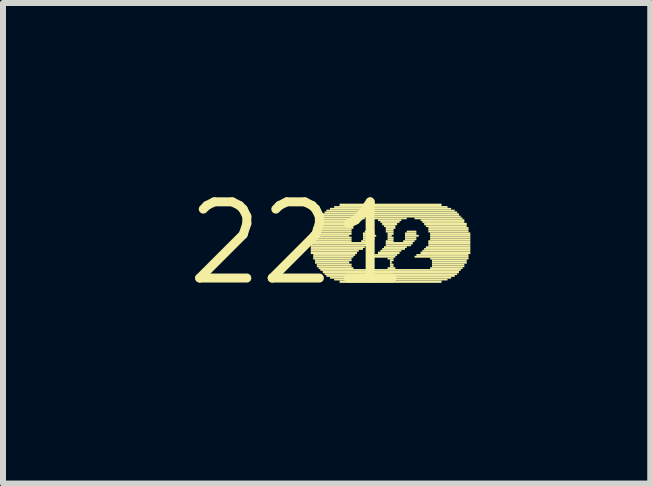
<source format=kicad_pcb>
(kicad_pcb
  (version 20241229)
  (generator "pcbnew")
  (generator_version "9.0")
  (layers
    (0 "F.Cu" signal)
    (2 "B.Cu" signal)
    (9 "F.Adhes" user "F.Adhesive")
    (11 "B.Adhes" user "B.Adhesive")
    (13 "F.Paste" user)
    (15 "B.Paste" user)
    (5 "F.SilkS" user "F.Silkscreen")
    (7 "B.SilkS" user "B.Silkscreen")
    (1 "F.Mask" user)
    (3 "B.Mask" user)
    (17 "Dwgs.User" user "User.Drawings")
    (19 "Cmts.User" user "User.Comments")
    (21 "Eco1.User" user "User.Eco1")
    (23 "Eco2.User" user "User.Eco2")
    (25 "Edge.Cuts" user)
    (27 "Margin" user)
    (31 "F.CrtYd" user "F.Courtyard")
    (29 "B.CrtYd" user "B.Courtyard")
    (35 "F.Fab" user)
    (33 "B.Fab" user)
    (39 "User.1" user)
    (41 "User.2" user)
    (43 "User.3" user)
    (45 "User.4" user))
  (footprint "221"
    (layer "F.Cu")
    (at 1.912 1.006)
    (property "Reference" "221" (at 0 0 0) (layer "F.SilkS") (effects (font (size 1.27 1.27) (thickness 0.15))))
    (fp_poly (pts (xy 0.22 -0.14) (xy 0.9 -0.14) (xy 0.9 -0.18) (xy 0.22 -0.18)) (stroke (width 0) (type solid)) (fill yes) (layer "F.SilkS"))
    (fp_poly (pts (xy 0.22 -0.11) (xy 0.86 -0.11) (xy 0.86 -0.14) (xy 0.22 -0.14)) (stroke (width 0) (type solid)) (fill yes) (layer "F.SilkS"))
    (fp_poly (pts (xy 0.22 -0.08) (xy 0.9 -0.08) (xy 0.9 -0.11) (xy 0.22 -0.11)) (stroke (width 0) (type solid)) (fill yes) (layer "F.SilkS"))
    (fp_poly (pts (xy 0.22 -0.05) (xy 0.9 -0.05) (xy 0.9 -0.08) (xy 0.22 -0.08)) (stroke (width 0) (type solid)) (fill yes) (layer "F.SilkS"))
    (fp_poly (pts (xy 0.22 -0.02) (xy 0.9 -0.02) (xy 0.9 -0.05) (xy 0.22 -0.05)) (stroke (width 0) (type solid)) (fill yes) (layer "F.SilkS"))
    (fp_poly (pts (xy 0.22 0.02) (xy 1.22 0.02) (xy 1.22 -0.02) (xy 0.22 -0.02)) (stroke (width 0) (type solid)) (fill yes) (layer "F.SilkS"))
    (fp_poly (pts (xy 0.22 0.05) (xy 1.18 0.05) (xy 1.18 0.02) (xy 0.22 0.02)) (stroke (width 0) (type solid)) (fill yes) (layer "F.SilkS"))
    (fp_poly (pts (xy 0.22 0.08) (xy 1.12 0.08) (xy 1.12 0.05) (xy 0.22 0.05)) (stroke (width 0) (type solid)) (fill yes) (layer "F.SilkS"))
    (fp_poly (pts (xy 0.22 0.11) (xy 1.09 0.11) (xy 1.09 0.08) (xy 0.22 0.08)) (stroke (width 0) (type solid)) (fill yes) (layer "F.SilkS"))
    (fp_poly (pts (xy 0.22 0.14) (xy 1.02 0.14) (xy 1.02 0.11) (xy 0.22 0.11)) (stroke (width 0) (type solid)) (fill yes) (layer "F.SilkS"))
    (fp_poly (pts (xy 0.22 0.18) (xy 0.99 0.18) (xy 0.99 0.14) (xy 0.22 0.14)) (stroke (width 0) (type solid)) (fill yes) (layer "F.SilkS"))
    (fp_poly (pts (xy 0.26 -0.24) (xy 0.93 -0.24) (xy 0.93 -0.27) (xy 0.26 -0.27)) (stroke (width 0) (type solid)) (fill yes) (layer "F.SilkS"))
    (fp_poly (pts (xy 0.26 -0.21) (xy 0.9 -0.21) (xy 0.9 -0.24) (xy 0.26 -0.24)) (stroke (width 0) (type solid)) (fill yes) (layer "F.SilkS"))
    (fp_poly (pts (xy 0.26 -0.18) (xy 0.9 -0.18) (xy 0.9 -0.21) (xy 0.26 -0.21)) (stroke (width 0) (type solid)) (fill yes) (layer "F.SilkS"))
    (fp_poly (pts (xy 0.26 0.21) (xy 0.96 0.21) (xy 0.96 0.18) (xy 0.26 0.18)) (stroke (width 0) (type solid)) (fill yes) (layer "F.SilkS"))
    (fp_poly (pts (xy 0.26 0.24) (xy 0.93 0.24) (xy 0.93 0.21) (xy 0.26 0.21)) (stroke (width 0) (type solid)) (fill yes) (layer "F.SilkS"))
    (fp_poly (pts (xy 0.26 0.27) (xy 0.9 0.27) (xy 0.9 0.24) (xy 0.26 0.24)) (stroke (width 0) (type solid)) (fill yes) (layer "F.SilkS"))
    (fp_poly (pts (xy 0.29 -0.3) (xy 0.96 -0.3) (xy 0.96 -0.34) (xy 0.29 -0.34)) (stroke (width 0) (type solid)) (fill yes) (layer "F.SilkS"))
    (fp_poly (pts (xy 0.29 -0.27) (xy 0.93 -0.27) (xy 0.93 -0.3) (xy 0.29 -0.3)) (stroke (width 0) (type solid)) (fill yes) (layer "F.SilkS"))
    (fp_poly (pts (xy 0.29 0.3) (xy 0.9 0.3) (xy 0.9 0.27) (xy 0.29 0.27)) (stroke (width 0) (type solid)) (fill yes) (layer "F.SilkS"))
    (fp_poly (pts (xy 0.29 0.34) (xy 0.86 0.34) (xy 0.86 0.3) (xy 0.29 0.3)) (stroke (width 0) (type solid)) (fill yes) (layer "F.SilkS"))
    (fp_poly (pts (xy 0.32 -0.37) (xy 1.02 -0.37) (xy 1.02 -0.4) (xy 0.32 -0.4)) (stroke (width 0) (type solid)) (fill yes) (layer "F.SilkS"))
    (fp_poly (pts (xy 0.32 -0.34) (xy 0.99 -0.34) (xy 0.99 -0.37) (xy 0.32 -0.37)) (stroke (width 0) (type solid)) (fill yes) (layer "F.SilkS"))
    (fp_poly (pts (xy 0.32 0.37) (xy 0.9 0.37) (xy 0.9 0.34) (xy 0.32 0.34)) (stroke (width 0) (type solid)) (fill yes) (layer "F.SilkS"))
    (fp_poly (pts (xy 0.32 0.4) (xy 0.9 0.4) (xy 0.9 0.37) (xy 0.32 0.37)) (stroke (width 0) (type solid)) (fill yes) (layer "F.SilkS"))
    (fp_poly (pts (xy 0.35 -0.4) (xy 1.12 -0.4) (xy 1.12 -0.43) (xy 0.35 -0.43)) (stroke (width 0) (type solid)) (fill yes) (layer "F.SilkS"))
    (fp_poly (pts (xy 0.35 0.43) (xy 0.93 0.43) (xy 0.93 0.4) (xy 0.35 0.4)) (stroke (width 0) (type solid)) (fill yes) (layer "F.SilkS"))
    (fp_poly (pts (xy 0.38 -0.43) (xy 2.72 -0.43) (xy 2.72 -0.46) (xy 0.38 -0.46)) (stroke (width 0) (type solid)) (fill yes) (layer "F.SilkS"))
    (fp_poly (pts (xy 0.38 0.46) (xy 2.72 0.46) (xy 2.72 0.43) (xy 0.38 0.43)) (stroke (width 0) (type solid)) (fill yes) (layer "F.SilkS"))
    (fp_poly (pts (xy 0.42 -0.46) (xy 2.69 -0.46) (xy 2.69 -0.5) (xy 0.42 -0.5)) (stroke (width 0) (type solid)) (fill yes) (layer "F.SilkS"))
    (fp_poly (pts (xy 0.42 0.5) (xy 2.69 0.5) (xy 2.69 0.46) (xy 0.42 0.46)) (stroke (width 0) (type solid)) (fill yes) (layer "F.SilkS"))
    (fp_poly (pts (xy 0.45 -0.5) (xy 2.66 -0.5) (xy 2.66 -0.53) (xy 0.45 -0.53)) (stroke (width 0) (type solid)) (fill yes) (layer "F.SilkS"))
    (fp_poly (pts (xy 0.45 0.53) (xy 2.66 0.53) (xy 2.66 0.5) (xy 0.45 0.5)) (stroke (width 0) (type solid)) (fill yes) (layer "F.SilkS"))
    (fp_poly (pts (xy 0.48 -0.53) (xy 2.62 -0.53) (xy 2.62 -0.56) (xy 0.48 -0.56)) (stroke (width 0) (type solid)) (fill yes) (layer "F.SilkS"))
    (fp_poly (pts (xy 0.48 0.56) (xy 2.62 0.56) (xy 2.62 0.53) (xy 0.48 0.53)) (stroke (width 0) (type solid)) (fill yes) (layer "F.SilkS"))
    (fp_poly (pts (xy 0.54 -0.56) (xy 2.56 -0.56) (xy 2.56 -0.59) (xy 0.54 -0.59)) (stroke (width 0) (type solid)) (fill yes) (layer "F.SilkS"))
    (fp_poly (pts (xy 0.54 0.59) (xy 2.56 0.59) (xy 2.56 0.56) (xy 0.54 0.56)) (stroke (width 0) (type solid)) (fill yes) (layer "F.SilkS"))
    (fp_poly (pts (xy 0.61 -0.59) (xy 2.5 -0.59) (xy 2.5 -0.62) (xy 0.61 -0.62)) (stroke (width 0) (type solid)) (fill yes) (layer "F.SilkS"))
    (fp_poly (pts (xy 0.61 0.62) (xy 2.5 0.62) (xy 2.5 0.59) (xy 0.61 0.59)) (stroke (width 0) (type solid)) (fill yes) (layer "F.SilkS"))
    (fp_poly (pts (xy 0.7 -0.62) (xy 2.4 -0.62) (xy 2.4 -0.66) (xy 0.7 -0.66)) (stroke (width 0) (type solid)) (fill yes) (layer "F.SilkS"))
    (fp_poly (pts (xy 0.7 0.66) (xy 2.4 0.66) (xy 2.4 0.62) (xy 0.7 0.62)) (stroke (width 0) (type solid)) (fill yes) (layer "F.SilkS"))
    (fp_poly (pts (xy 1.06 -0.02) (xy 1.25 -0.02) (xy 1.25 -0.05) (xy 1.06 -0.05)) (stroke (width 0) (type solid)) (fill yes) (layer "F.SilkS"))
    (fp_poly (pts (xy 1.09 -0.14) (xy 1.28 -0.14) (xy 1.28 -0.18) (xy 1.09 -0.18)) (stroke (width 0) (type solid)) (fill yes) (layer "F.SilkS"))
    (fp_poly (pts (xy 1.09 -0.11) (xy 1.31 -0.11) (xy 1.31 -0.14) (xy 1.09 -0.14)) (stroke (width 0) (type solid)) (fill yes) (layer "F.SilkS"))
    (fp_poly (pts (xy 1.09 -0.08) (xy 1.28 -0.08) (xy 1.28 -0.11) (xy 1.09 -0.11)) (stroke (width 0) (type solid)) (fill yes) (layer "F.SilkS"))
    (fp_poly (pts (xy 1.09 -0.05) (xy 1.28 -0.05) (xy 1.28 -0.08) (xy 1.09 -0.08)) (stroke (width 0) (type solid)) (fill yes) (layer "F.SilkS"))
    (fp_poly (pts (xy 1.12 -0.18) (xy 1.28 -0.18) (xy 1.28 -0.21) (xy 1.12 -0.21)) (stroke (width 0) (type solid)) (fill yes) (layer "F.SilkS"))
    (fp_poly (pts (xy 1.25 -0.4) (xy 1.82 -0.4) (xy 1.82 -0.43) (xy 1.25 -0.43)) (stroke (width 0) (type solid)) (fill yes) (layer "F.SilkS"))
    (fp_poly (pts (xy 1.25 0.24) (xy 1.63 0.24) (xy 1.63 0.21) (xy 1.25 0.21)) (stroke (width 0) (type solid)) (fill yes) (layer "F.SilkS"))
    (fp_poly (pts (xy 1.28 0.21) (xy 1.66 0.21) (xy 1.66 0.18) (xy 1.28 0.18)) (stroke (width 0) (type solid)) (fill yes) (layer "F.SilkS"))
    (fp_poly (pts (xy 1.34 -0.37) (xy 1.73 -0.37) (xy 1.73 -0.4) (xy 1.34 -0.4)) (stroke (width 0) (type solid)) (fill yes) (layer "F.SilkS"))
    (fp_poly (pts (xy 1.34 0.18) (xy 1.7 0.18) (xy 1.7 0.14) (xy 1.34 0.14)) (stroke (width 0) (type solid)) (fill yes) (layer "F.SilkS"))
    (fp_poly (pts (xy 1.38 -0.34) (xy 1.7 -0.34) (xy 1.7 -0.37) (xy 1.38 -0.37)) (stroke (width 0) (type solid)) (fill yes) (layer "F.SilkS"))
    (fp_poly (pts (xy 1.38 0.14) (xy 1.73 0.14) (xy 1.73 0.11) (xy 1.38 0.11)) (stroke (width 0) (type solid)) (fill yes) (layer "F.SilkS"))
    (fp_poly (pts (xy 1.41 -0.3) (xy 1.66 -0.3) (xy 1.66 -0.34) (xy 1.41 -0.34)) (stroke (width 0) (type solid)) (fill yes) (layer "F.SilkS"))
    (fp_poly (pts (xy 1.41 0.11) (xy 1.79 0.11) (xy 1.79 0.08) (xy 1.41 0.08)) (stroke (width 0) (type solid)) (fill yes) (layer "F.SilkS"))
    (fp_poly (pts (xy 1.44 -0.27) (xy 1.63 -0.27) (xy 1.63 -0.3) (xy 1.44 -0.3)) (stroke (width 0) (type solid)) (fill yes) (layer "F.SilkS"))
    (fp_poly (pts (xy 1.44 0.08) (xy 1.82 0.08) (xy 1.82 0.05) (xy 1.44 0.05)) (stroke (width 0) (type solid)) (fill yes) (layer "F.SilkS"))
    (fp_poly (pts (xy 1.47 -0.24) (xy 1.63 -0.24) (xy 1.63 -0.27) (xy 1.47 -0.27)) (stroke (width 0) (type solid)) (fill yes) (layer "F.SilkS"))
    (fp_poly (pts (xy 1.47 -0.21) (xy 1.6 -0.21) (xy 1.6 -0.24) (xy 1.47 -0.24)) (stroke (width 0) (type solid)) (fill yes) (layer "F.SilkS"))
    (fp_poly (pts (xy 1.47 -0.18) (xy 1.6 -0.18) (xy 1.6 -0.21) (xy 1.47 -0.21)) (stroke (width 0) (type solid)) (fill yes) (layer "F.SilkS"))
    (fp_poly (pts (xy 1.47 -0.02) (xy 1.6 -0.02) (xy 1.6 -0.05) (xy 1.47 -0.05)) (stroke (width 0) (type solid)) (fill yes) (layer "F.SilkS"))
    (fp_poly (pts (xy 1.47 0.02) (xy 1.92 0.02) (xy 1.92 -0.02) (xy 1.47 -0.02)) (stroke (width 0) (type solid)) (fill yes) (layer "F.SilkS"))
    (fp_poly (pts (xy 1.47 0.05) (xy 1.89 0.05) (xy 1.89 0.02) (xy 1.47 0.02)) (stroke (width 0) (type solid)) (fill yes) (layer "F.SilkS"))
    (fp_poly (pts (xy 1.5 -0.14) (xy 1.6 -0.14) (xy 1.6 -0.18) (xy 1.5 -0.18)) (stroke (width 0) (type solid)) (fill yes) (layer "F.SilkS"))
    (fp_poly (pts (xy 1.5 -0.11) (xy 1.57 -0.11) (xy 1.57 -0.14) (xy 1.5 -0.14)) (stroke (width 0) (type solid)) (fill yes) (layer "F.SilkS"))
    (fp_poly (pts (xy 1.5 -0.08) (xy 1.6 -0.08) (xy 1.6 -0.11) (xy 1.5 -0.11)) (stroke (width 0) (type solid)) (fill yes) (layer "F.SilkS"))
    (fp_poly (pts (xy 1.5 -0.05) (xy 1.6 -0.05) (xy 1.6 -0.08) (xy 1.5 -0.08)) (stroke (width 0) (type solid)) (fill yes) (layer "F.SilkS"))
    (fp_poly (pts (xy 1.5 0.27) (xy 1.6 0.27) (xy 1.6 0.24) (xy 1.5 0.24)) (stroke (width 0) (type solid)) (fill yes) (layer "F.SilkS"))
    (fp_poly (pts (xy 1.5 0.43) (xy 1.63 0.43) (xy 1.63 0.4) (xy 1.5 0.4)) (stroke (width 0) (type solid)) (fill yes) (layer "F.SilkS"))
    (fp_poly (pts (xy 1.54 0.3) (xy 1.6 0.3) (xy 1.6 0.27) (xy 1.54 0.27)) (stroke (width 0) (type solid)) (fill yes) (layer "F.SilkS"))
    (fp_poly (pts (xy 1.54 0.34) (xy 1.57 0.34) (xy 1.57 0.3) (xy 1.54 0.3)) (stroke (width 0) (type solid)) (fill yes) (layer "F.SilkS"))
    (fp_poly (pts (xy 1.54 0.37) (xy 1.6 0.37) (xy 1.6 0.34) (xy 1.54 0.34)) (stroke (width 0) (type solid)) (fill yes) (layer "F.SilkS"))
    (fp_poly (pts (xy 1.54 0.4) (xy 1.6 0.4) (xy 1.6 0.37) (xy 1.54 0.37)) (stroke (width 0) (type solid)) (fill yes) (layer "F.SilkS"))
    (fp_poly (pts (xy 1.76 -0.02) (xy 1.95 -0.02) (xy 1.95 -0.05) (xy 1.76 -0.05)) (stroke (width 0) (type solid)) (fill yes) (layer "F.SilkS"))
    (fp_poly (pts (xy 1.79 -0.14) (xy 1.98 -0.14) (xy 1.98 -0.18) (xy 1.79 -0.18)) (stroke (width 0) (type solid)) (fill yes) (layer "F.SilkS"))
    (fp_poly (pts (xy 1.79 -0.11) (xy 2.02 -0.11) (xy 2.02 -0.14) (xy 1.79 -0.14)) (stroke (width 0) (type solid)) (fill yes) (layer "F.SilkS"))
    (fp_poly (pts (xy 1.79 -0.08) (xy 1.98 -0.08) (xy 1.98 -0.11) (xy 1.79 -0.11)) (stroke (width 0) (type solid)) (fill yes) (layer "F.SilkS"))
    (fp_poly (pts (xy 1.79 -0.05) (xy 1.98 -0.05) (xy 1.98 -0.08) (xy 1.79 -0.08)) (stroke (width 0) (type solid)) (fill yes) (layer "F.SilkS"))
    (fp_poly (pts (xy 1.82 -0.18) (xy 1.98 -0.18) (xy 1.98 -0.21) (xy 1.82 -0.21)) (stroke (width 0) (type solid)) (fill yes) (layer "F.SilkS"))
    (fp_poly (pts (xy 1.95 -0.4) (xy 2.75 -0.4) (xy 2.75 -0.43) (xy 1.95 -0.43)) (stroke (width 0) (type solid)) (fill yes) (layer "F.SilkS"))
    (fp_poly (pts (xy 1.95 0.24) (xy 2.85 0.24) (xy 2.85 0.21) (xy 1.95 0.21)) (stroke (width 0) (type solid)) (fill yes) (layer "F.SilkS"))
    (fp_poly (pts (xy 1.98 0.21) (xy 2.85 0.21) (xy 2.85 0.18) (xy 1.98 0.18)) (stroke (width 0) (type solid)) (fill yes) (layer "F.SilkS"))
    (fp_poly (pts (xy 2.05 -0.37) (xy 2.78 -0.37) (xy 2.78 -0.4) (xy 2.05 -0.4)) (stroke (width 0) (type solid)) (fill yes) (layer "F.SilkS"))
    (fp_poly (pts (xy 2.05 0.18) (xy 2.88 0.18) (xy 2.88 0.14) (xy 2.05 0.14)) (stroke (width 0) (type solid)) (fill yes) (layer "F.SilkS"))
    (fp_poly (pts (xy 2.08 -0.34) (xy 2.78 -0.34) (xy 2.78 -0.37) (xy 2.08 -0.37)) (stroke (width 0) (type solid)) (fill yes) (layer "F.SilkS"))
    (fp_poly (pts (xy 2.08 0.14) (xy 2.88 0.14) (xy 2.88 0.11) (xy 2.08 0.11)) (stroke (width 0) (type solid)) (fill yes) (layer "F.SilkS"))
    (fp_poly (pts (xy 2.11 -0.3) (xy 2.82 -0.3) (xy 2.82 -0.34) (xy 2.11 -0.34)) (stroke (width 0) (type solid)) (fill yes) (layer "F.SilkS"))
    (fp_poly (pts (xy 2.11 0.11) (xy 2.88 0.11) (xy 2.88 0.08) (xy 2.11 0.08)) (stroke (width 0) (type solid)) (fill yes) (layer "F.SilkS"))
    (fp_poly (pts (xy 2.14 -0.27) (xy 2.82 -0.27) (xy 2.82 -0.3) (xy 2.14 -0.3)) (stroke (width 0) (type solid)) (fill yes) (layer "F.SilkS"))
    (fp_poly (pts (xy 2.14 0.08) (xy 2.88 0.08) (xy 2.88 0.05) (xy 2.14 0.05)) (stroke (width 0) (type solid)) (fill yes) (layer "F.SilkS"))
    (fp_poly (pts (xy 2.18 -0.24) (xy 2.85 -0.24) (xy 2.85 -0.27) (xy 2.18 -0.27)) (stroke (width 0) (type solid)) (fill yes) (layer "F.SilkS"))
    (fp_poly (pts (xy 2.18 -0.21) (xy 2.85 -0.21) (xy 2.85 -0.24) (xy 2.18 -0.24)) (stroke (width 0) (type solid)) (fill yes) (layer "F.SilkS"))
    (fp_poly (pts (xy 2.18 -0.18) (xy 2.85 -0.18) (xy 2.85 -0.21) (xy 2.18 -0.21)) (stroke (width 0) (type solid)) (fill yes) (layer "F.SilkS"))
    (fp_poly (pts (xy 2.18 -0.02) (xy 2.88 -0.02) (xy 2.88 -0.05) (xy 2.18 -0.05)) (stroke (width 0) (type solid)) (fill yes) (layer "F.SilkS"))
    (fp_poly (pts (xy 2.18 0.02) (xy 2.88 0.02) (xy 2.88 -0.02) (xy 2.18 -0.02)) (stroke (width 0) (type solid)) (fill yes) (layer "F.SilkS"))
    (fp_poly (pts (xy 2.18 0.05) (xy 2.88 0.05) (xy 2.88 0.02) (xy 2.18 0.02)) (stroke (width 0) (type solid)) (fill yes) (layer "F.SilkS"))
    (fp_poly (pts (xy 2.21 -0.14) (xy 2.88 -0.14) (xy 2.88 -0.18) (xy 2.21 -0.18)) (stroke (width 0) (type solid)) (fill yes) (layer "F.SilkS"))
    (fp_poly (pts (xy 2.21 -0.11) (xy 2.88 -0.11) (xy 2.88 -0.14) (xy 2.21 -0.14)) (stroke (width 0) (type solid)) (fill yes) (layer "F.SilkS"))
    (fp_poly (pts (xy 2.21 -0.08) (xy 2.88 -0.08) (xy 2.88 -0.11) (xy 2.21 -0.11)) (stroke (width 0) (type solid)) (fill yes) (layer "F.SilkS"))
    (fp_poly (pts (xy 2.21 -0.05) (xy 2.88 -0.05) (xy 2.88 -0.08) (xy 2.21 -0.08)) (stroke (width 0) (type solid)) (fill yes) (layer "F.SilkS"))
    (fp_poly (pts (xy 2.21 0.27) (xy 2.85 0.27) (xy 2.85 0.24) (xy 2.21 0.24)) (stroke (width 0) (type solid)) (fill yes) (layer "F.SilkS"))
    (fp_poly (pts (xy 2.21 0.43) (xy 2.75 0.43) (xy 2.75 0.4) (xy 2.21 0.4)) (stroke (width 0) (type solid)) (fill yes) (layer "F.SilkS"))
    (fp_poly (pts (xy 2.24 0.3) (xy 2.82 0.3) (xy 2.82 0.27) (xy 2.24 0.27)) (stroke (width 0) (type solid)) (fill yes) (layer "F.SilkS"))
    (fp_poly (pts (xy 2.24 0.34) (xy 2.82 0.34) (xy 2.82 0.3) (xy 2.24 0.3)) (stroke (width 0) (type solid)) (fill yes) (layer "F.SilkS"))
    (fp_poly (pts (xy 2.24 0.37) (xy 2.78 0.37) (xy 2.78 0.34) (xy 2.24 0.34)) (stroke (width 0) (type solid)) (fill yes) (layer "F.SilkS"))
    (fp_poly (pts (xy 2.24 0.4) (xy 2.78 0.4) (xy 2.78 0.37) (xy 2.24 0.37)) (stroke (width 0) (type solid)) (fill yes) (layer "F.SilkS")))
  (gr_rect
    (start -3 -3)
    (end 7.792 5.012)
    (stroke (width 0.1) (type default))
    (fill no)
    (layer "Edge.Cuts")))
</source>
